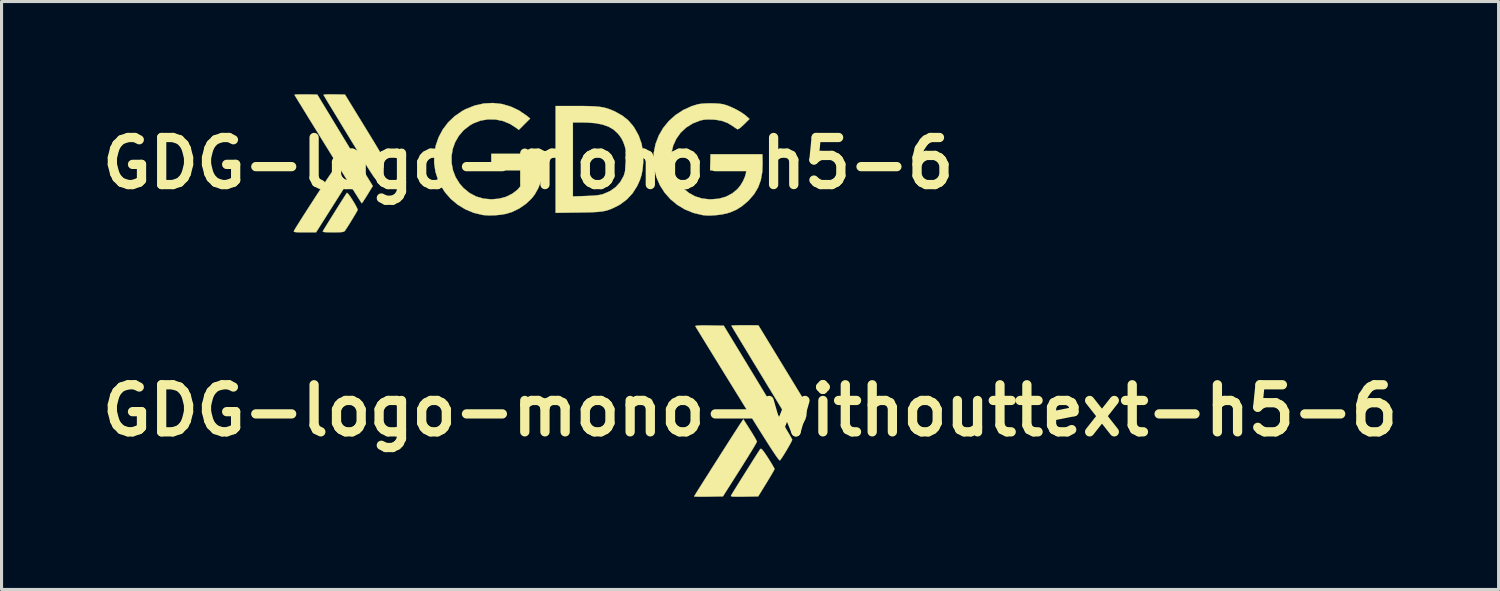
<source format=kicad_pcb>
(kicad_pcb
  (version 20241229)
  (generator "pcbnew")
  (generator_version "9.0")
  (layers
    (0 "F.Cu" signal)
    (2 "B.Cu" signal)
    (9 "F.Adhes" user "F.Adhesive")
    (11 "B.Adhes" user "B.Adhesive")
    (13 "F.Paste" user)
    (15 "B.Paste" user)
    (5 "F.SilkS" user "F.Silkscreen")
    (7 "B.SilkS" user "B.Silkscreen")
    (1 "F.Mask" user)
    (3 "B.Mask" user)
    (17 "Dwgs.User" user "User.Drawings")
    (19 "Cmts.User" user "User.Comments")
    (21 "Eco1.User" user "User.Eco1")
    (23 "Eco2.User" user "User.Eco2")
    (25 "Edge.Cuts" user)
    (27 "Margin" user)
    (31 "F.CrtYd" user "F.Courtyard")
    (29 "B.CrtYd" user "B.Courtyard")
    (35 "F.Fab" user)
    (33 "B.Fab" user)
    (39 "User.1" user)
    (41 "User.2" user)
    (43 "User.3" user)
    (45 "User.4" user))
  (footprint "GDG-logo-mono-h5-6"
    (layer "F.Cu")
    (at 14.05 2.236)
    (property "Reference" "GDG-logo-mono-h5-6" (at 0 0 0) (layer "F.SilkS") (effects (font (size 1.524 1.524) (thickness 0.3))))
    (attr through_hole)
    (fp_poly (pts (xy -6.292 0.26) (xy -6.25 0.318) (xy -6.192 0.402) (xy -6.126 0.503) (xy -6.119 0.513) (xy -5.947 0.783) (xy -6.407 1.509) (xy -6.867 2.235) (xy -7.234 2.235) (xy -7.378 2.235) (xy -7.478 2.232) (xy -7.542 2.227) (xy -7.576 2.219) (xy -7.587 2.207) (xy -7.585 2.197) (xy -7.566 2.16) (xy -7.523 2.087) (xy -7.459 1.985) (xy -7.379 1.857) (xy -7.285 1.709) (xy -7.181 1.547) (xy -7.07 1.374) (xy -6.956 1.198) (xy -6.842 1.021) (xy -6.73 0.851) (xy -6.626 0.691) (xy -6.531 0.548) (xy -6.449 0.425) (xy -6.383 0.33) (xy -6.338 0.265) (xy -6.316 0.237) (xy -6.314 0.236) (xy -6.292 0.26)) (stroke (width 0.01) (type solid)) (fill yes) (layer "F.SilkS"))
    (fp_poly (pts (xy -7.201 -2.23) (xy -6.827 -2.223) (xy -5.93 -0.743) (xy -5.032 0.736) (xy -5.202 1.015) (xy -5.267 1.119) (xy -5.323 1.206) (xy -5.364 1.267) (xy -5.385 1.294) (xy -5.386 1.294) (xy -5.402 1.273) (xy -5.442 1.212) (xy -5.504 1.115) (xy -5.587 0.983) (xy -5.689 0.822) (xy -5.807 0.633) (xy -5.94 0.42) (xy -6.085 0.186) (xy -6.241 -0.065) (xy -6.405 -0.33) (xy -6.479 -0.449) (xy -6.646 -0.72) (xy -6.806 -0.979) (xy -6.955 -1.222) (xy -7.094 -1.446) (xy -7.218 -1.648) (xy -7.326 -1.824) (xy -7.417 -1.972) (xy -7.488 -2.088) (xy -7.537 -2.168) (xy -7.562 -2.21) (xy -7.565 -2.215) (xy -7.544 -2.222) (xy -7.482 -2.227) (xy -7.385 -2.23) (xy -7.263 -2.23) (xy -7.201 -2.23)) (stroke (width 0.01) (type solid)) (fill yes) (layer "F.SilkS"))
    (fp_poly (pts (xy -5.847 0.968) (xy -5.809 1.013) (xy -5.757 1.084) (xy -5.7 1.172) (xy -5.642 1.265) (xy -5.589 1.356) (xy -5.548 1.435) (xy -5.524 1.491) (xy -5.522 1.513) (xy -5.542 1.553) (xy -5.584 1.626) (xy -5.641 1.722) (xy -5.706 1.829) (xy -5.773 1.939) (xy -5.837 2.04) (xy -5.891 2.124) (xy -5.928 2.178) (xy -5.938 2.191) (xy -5.96 2.209) (xy -5.996 2.222) (xy -6.053 2.229) (xy -6.141 2.234) (xy -6.267 2.235) (xy -6.319 2.235) (xy -6.462 2.234) (xy -6.56 2.23) (xy -6.62 2.224) (xy -6.646 2.213) (xy -6.648 2.203) (xy -6.632 2.174) (xy -6.593 2.109) (xy -6.535 2.015) (xy -6.463 1.898) (xy -6.38 1.766) (xy -6.292 1.624) (xy -6.202 1.481) (xy -6.115 1.342) (xy -6.035 1.215) (xy -5.965 1.106) (xy -5.912 1.022) (xy -5.877 0.971) (xy -5.868 0.957) (xy -5.847 0.968)) (stroke (width 0.01) (type solid)) (fill yes) (layer "F.SilkS"))
    (fp_poly (pts (xy -6.312 -2.23) (xy -6.283 -2.23) (xy -5.931 -2.223) (xy -5.557 -1.613) (xy -5.382 -1.328) (xy -5.232 -1.083) (xy -5.104 -0.874) (xy -4.997 -0.699) (xy -4.91 -0.554) (xy -4.839 -0.435) (xy -4.784 -0.34) (xy -4.742 -0.264) (xy -4.712 -0.205) (xy -4.692 -0.159) (xy -4.679 -0.122) (xy -4.673 -0.092) (xy -4.67 -0.065) (xy -4.67 -0.038) (xy -4.67 -0.014) (xy -4.674 0.071) (xy -4.691 0.142) (xy -4.726 0.22) (xy -4.771 0.3) (xy -4.825 0.388) (xy -4.872 0.463) (xy -4.904 0.511) (xy -4.907 0.514) (xy -4.916 0.52) (xy -4.93 0.514) (xy -4.95 0.495) (xy -4.979 0.46) (xy -5.019 0.405) (xy -5.071 0.327) (xy -5.138 0.224) (xy -5.221 0.092) (xy -5.322 -0.07) (xy -5.443 -0.267) (xy -5.587 -0.502) (xy -5.754 -0.776) (xy -5.779 -0.816) (xy -5.925 -1.056) (xy -6.064 -1.284) (xy -6.192 -1.496) (xy -6.308 -1.687) (xy -6.41 -1.855) (xy -6.495 -1.994) (xy -6.56 -2.103) (xy -6.604 -2.177) (xy -6.624 -2.211) (xy -6.625 -2.214) (xy -6.605 -2.222) (xy -6.541 -2.228) (xy -6.441 -2.231) (xy -6.312 -2.23)) (stroke (width 0.01) (type solid)) (fill yes) (layer "F.SilkS"))
    (fp_poly (pts (xy 1.799 -1.853) (xy 2.005 -1.849) (xy 2.176 -1.84) (xy 2.319 -1.827) (xy 2.442 -1.806) (xy 2.552 -1.778) (xy 2.658 -1.741) (xy 2.767 -1.695) (xy 2.832 -1.664) (xy 3.051 -1.54) (xy 3.232 -1.397) (xy 3.383 -1.226) (xy 3.438 -1.148) (xy 3.578 -0.898) (xy 3.672 -0.633) (xy 3.721 -0.351) (xy 3.726 -0.046) (xy 3.725 -0.026) (xy 3.706 0.188) (xy 3.672 0.371) (xy 3.618 0.54) (xy 3.541 0.713) (xy 3.523 0.747) (xy 3.379 0.973) (xy 3.197 1.169) (xy 2.984 1.329) (xy 2.865 1.395) (xy 2.758 1.446) (xy 2.665 1.487) (xy 2.576 1.519) (xy 2.485 1.543) (xy 2.384 1.561) (xy 2.265 1.574) (xy 2.122 1.582) (xy 1.945 1.588) (xy 1.729 1.592) (xy 1.619 1.594) (xy 0.889 1.604) (xy 0.889 -1.321) (xy 1.448 -1.321) (xy 1.448 1.074) (xy 1.861 1.06) (xy 2.043 1.052) (xy 2.185 1.042) (xy 2.296 1.028) (xy 2.387 1.009) (xy 2.432 0.996) (xy 2.65 0.902) (xy 2.833 0.773) (xy 2.981 0.61) (xy 3.089 0.416) (xy 3.101 0.387) (xy 3.136 0.261) (xy 3.16 0.101) (xy 3.173 -0.076) (xy 3.173 -0.252) (xy 3.16 -0.411) (xy 3.138 -0.522) (xy 3.083 -0.681) (xy 3.019 -0.81) (xy 2.933 -0.929) (xy 2.9 -0.967) (xy 2.766 -1.09) (xy 2.603 -1.185) (xy 2.406 -1.254) (xy 2.173 -1.299) (xy 1.899 -1.319) (xy 1.779 -1.321) (xy 1.448 -1.321) (xy 0.889 -1.321) (xy 0.889 -1.854) (xy 1.55 -1.854) (xy 1.799 -1.853)) (stroke (width 0.01) (type solid)) (fill yes) (layer "F.SilkS"))
    (fp_poly (pts (xy -0.853 -1.919) (xy -0.57 -1.838) (xy -0.297 -1.709) (xy -0.039 -1.533) (xy -0.013 -1.511) (xy 0.064 -1.448) (xy -0.12 -1.265) (xy -0.303 -1.081) (xy -0.374 -1.137) (xy -0.587 -1.275) (xy -0.817 -1.369) (xy -1.057 -1.418) (xy -1.3 -1.422) (xy -1.54 -1.382) (xy -1.769 -1.295) (xy -1.894 -1.224) (xy -2.09 -1.07) (xy -2.246 -0.887) (xy -2.364 -0.683) (xy -2.443 -0.463) (xy -2.481 -0.234) (xy -2.478 -0.001) (xy -2.434 0.23) (xy -2.348 0.452) (xy -2.219 0.659) (xy -2.096 0.8) (xy -1.899 0.962) (xy -1.683 1.077) (xy -1.447 1.145) (xy -1.193 1.168) (xy -0.944 1.147) (xy -0.716 1.086) (xy -0.514 0.986) (xy -0.341 0.853) (xy -0.203 0.688) (xy -0.102 0.494) (xy -0.054 0.337) (xy -0.031 0.229) (xy -1.194 0.229) (xy -1.194 -0.305) (xy 0.479 -0.305) (xy 0.497 -0.162) (xy 0.506 0.075) (xy 0.478 0.323) (xy 0.418 0.569) (xy 0.329 0.802) (xy 0.214 1.009) (xy 0.113 1.139) (xy -0.075 1.316) (xy -0.292 1.465) (xy -0.524 1.577) (xy -0.716 1.637) (xy -0.89 1.667) (xy -1.084 1.684) (xy -1.277 1.688) (xy -1.446 1.677) (xy -1.473 1.673) (xy -1.759 1.605) (xy -2.03 1.493) (xy -2.281 1.341) (xy -2.505 1.153) (xy -2.696 0.934) (xy -2.85 0.689) (xy -2.913 0.551) (xy -3.003 0.267) (xy -3.044 -0.02) (xy -3.039 -0.304) (xy -2.989 -0.582) (xy -2.896 -0.847) (xy -2.762 -1.096) (xy -2.59 -1.323) (xy -2.38 -1.523) (xy -2.135 -1.692) (xy -2.019 -1.754) (xy -1.73 -1.869) (xy -1.437 -1.935) (xy -1.143 -1.951) (xy -0.853 -1.919)) (stroke (width 0.01) (type solid)) (fill yes) (layer "F.SilkS"))
    (fp_poly (pts (xy 6.061 -1.937) (xy 6.207 -1.927) (xy 6.322 -1.909) (xy 6.325 -1.908) (xy 6.453 -1.868) (xy 6.602 -1.806) (xy 6.756 -1.73) (xy 6.898 -1.648) (xy 7.013 -1.569) (xy 7.044 -1.544) (xy 7.166 -1.435) (xy 6.989 -1.26) (xy 6.898 -1.175) (xy 6.828 -1.121) (xy 6.785 -1.1) (xy 6.778 -1.101) (xy 6.739 -1.124) (xy 6.676 -1.167) (xy 6.623 -1.205) (xy 6.457 -1.305) (xy 6.281 -1.371) (xy 6.08 -1.408) (xy 5.966 -1.416) (xy 5.814 -1.419) (xy 5.694 -1.411) (xy 5.588 -1.389) (xy 5.572 -1.385) (xy 5.329 -1.29) (xy 5.116 -1.157) (xy 4.937 -0.99) (xy 4.796 -0.793) (xy 4.694 -0.569) (xy 4.636 -0.324) (xy 4.623 -0.129) (xy 4.642 0.121) (xy 4.7 0.343) (xy 4.802 0.546) (xy 4.95 0.736) (xy 5.001 0.79) (xy 5.194 0.954) (xy 5.399 1.069) (xy 5.622 1.14) (xy 5.87 1.168) (xy 5.918 1.168) (xy 6.174 1.147) (xy 6.403 1.083) (xy 6.608 0.975) (xy 6.77 0.842) (xy 6.87 0.722) (xy 6.958 0.576) (xy 7.023 0.423) (xy 7.05 0.324) (xy 7.067 0.229) (xy 5.891 0.229) (xy 5.905 -0.292) (xy 7.582 -0.292) (xy 7.589 -0.013) (xy 7.579 0.282) (xy 7.532 0.545) (xy 7.445 0.782) (xy 7.316 0.998) (xy 7.145 1.196) (xy 7.119 1.222) (xy 6.931 1.382) (xy 6.742 1.502) (xy 6.538 1.59) (xy 6.432 1.622) (xy 6.284 1.654) (xy 6.113 1.677) (xy 5.935 1.689) (xy 5.771 1.689) (xy 5.651 1.678) (xy 5.352 1.607) (xy 5.076 1.495) (xy 4.827 1.345) (xy 4.607 1.163) (xy 4.419 0.951) (xy 4.267 0.713) (xy 4.154 0.454) (xy 4.083 0.178) (xy 4.056 -0.112) (xy 4.067 -0.335) (xy 4.124 -0.622) (xy 4.227 -0.893) (xy 4.371 -1.142) (xy 4.554 -1.366) (xy 4.771 -1.561) (xy 5.019 -1.723) (xy 5.295 -1.848) (xy 5.488 -1.908) (xy 5.597 -1.926) (xy 5.739 -1.937) (xy 5.9 -1.941) (xy 6.061 -1.937)) (stroke (width 0.01) (type solid)) (fill yes) (layer "F.SilkS")))
  (footprint "GDG-logo-mono-withouttext-h5-6"
    (layer "F.Cu")
    (at 21.234 10.242)
    (property "Reference" "GDG-logo-mono-withouttext-h5-6" (at 0 0 0) (layer "F.SilkS") (effects (font (size 1.524 1.524) (thickness 0.3))))
    (attr through_hole)
    (fp_poly (pts (xy 0.391 1.264) (xy 0.443 1.328) (xy 0.518 1.437) (xy 0.582 1.535) (xy 0.663 1.663) (xy 0.729 1.773) (xy 0.775 1.853) (xy 0.793 1.892) (xy 0.793 1.893) (xy 0.776 1.928) (xy 0.732 2.008) (xy 0.666 2.121) (xy 0.583 2.259) (xy 0.528 2.349) (xy 0.264 2.778) (xy -0.188 2.787) (xy -0.37 2.789) (xy -0.497 2.788) (xy -0.575 2.783) (xy -0.613 2.772) (xy -0.618 2.756) (xy -0.617 2.755) (xy -0.583 2.698) (xy -0.523 2.6) (xy -0.442 2.469) (xy -0.346 2.314) (xy -0.239 2.144) (xy -0.128 1.967) (xy -0.018 1.792) (xy 0.086 1.628) (xy 0.178 1.482) (xy 0.254 1.364) (xy 0.307 1.282) (xy 0.332 1.246) (xy 0.333 1.245) (xy 0.356 1.238) (xy 0.391 1.264)) (stroke (width 0.01) (type solid)) (fill yes) (layer "F.SilkS"))
    (fp_poly (pts (xy 0.002 0.626) (xy 0.085 0.758) (xy 0.153 0.873) (xy 0.201 0.959) (xy 0.221 1.004) (xy 0.222 1.006) (xy 0.205 1.042) (xy 0.159 1.124) (xy 0.086 1.246) (xy -0.009 1.401) (xy -0.122 1.584) (xy -0.249 1.786) (xy -0.328 1.911) (xy -0.878 2.778) (xy -1.344 2.787) (xy -1.508 2.789) (xy -1.646 2.789) (xy -1.749 2.786) (xy -1.803 2.782) (xy -1.81 2.779) (xy -1.793 2.751) (xy -1.747 2.675) (xy -1.674 2.559) (xy -1.58 2.409) (xy -1.468 2.232) (xy -1.343 2.035) (xy -1.209 1.823) (xy -1.069 1.604) (xy -0.929 1.383) (xy -0.792 1.169) (xy -0.663 0.966) (xy -0.545 0.782) (xy -0.443 0.624) (xy -0.361 0.497) (xy -0.303 0.409) (xy -0.278 0.372) (xy -0.216 0.283) (xy 0.002 0.626)) (stroke (width 0.01) (type solid)) (fill yes) (layer "F.SilkS"))
    (fp_poly (pts (xy -0.167 -2.761) (xy 0.27 -2.759) (xy 1.048 -1.483) (xy 1.826 -0.206) (xy 1.825 0.016) (xy 1.823 0.13) (xy 1.81 0.216) (xy 1.781 0.296) (xy 1.728 0.393) (xy 1.682 0.467) (xy 1.615 0.572) (xy 1.559 0.651) (xy 1.523 0.694) (xy 1.517 0.698) (xy 1.484 0.675) (xy 1.448 0.627) (xy 1.411 0.568) (xy 1.346 0.463) (xy 1.258 0.319) (xy 1.149 0.141) (xy 1.023 -0.064) (xy 0.884 -0.293) (xy 0.734 -0.538) (xy 0.578 -0.794) (xy 0.419 -1.056) (xy 0.26 -1.318) (xy 0.104 -1.574) (xy -0.044 -1.819) (xy -0.182 -2.047) (xy -0.307 -2.253) (xy -0.414 -2.43) (xy -0.5 -2.573) (xy -0.562 -2.677) (xy -0.597 -2.736) (xy -0.603 -2.748) (xy -0.573 -2.753) (xy -0.492 -2.757) (xy -0.369 -2.76) (xy -0.218 -2.761) (xy -0.167 -2.761)) (stroke (width 0.01) (type solid)) (fill yes) (layer "F.SilkS"))
    (fp_poly (pts (xy -1.318 -2.755) (xy -0.851 -2.746) (xy 0.257 -0.921) (xy 0.445 -0.61) (xy 0.623 -0.315) (xy 0.788 -0.04) (xy 0.938 0.21) (xy 1.07 0.431) (xy 1.18 0.619) (xy 1.268 0.768) (xy 1.329 0.875) (xy 1.361 0.934) (xy 1.365 0.945) (xy 1.349 0.985) (xy 1.307 1.066) (xy 1.248 1.172) (xy 1.178 1.292) (xy 1.106 1.41) (xy 1.041 1.513) (xy 0.989 1.588) (xy 0.969 1.613) (xy 0.956 1.61) (xy 0.93 1.584) (xy 0.888 1.531) (xy 0.83 1.449) (xy 0.753 1.335) (xy 0.656 1.187) (xy 0.537 1) (xy 0.393 0.773) (xy 0.224 0.503) (xy 0.027 0.186) (xy -0.2 -0.179) (xy -0.415 -0.527) (xy -0.624 -0.866) (xy -0.824 -1.19) (xy -1.011 -1.493) (xy -1.184 -1.774) (xy -1.339 -2.026) (xy -1.475 -2.247) (xy -1.588 -2.431) (xy -1.676 -2.576) (xy -1.738 -2.677) (xy -1.769 -2.729) (xy -1.773 -2.736) (xy -1.747 -2.745) (xy -1.668 -2.752) (xy -1.547 -2.756) (xy -1.394 -2.756) (xy -1.318 -2.755)) (stroke (width 0.01) (type solid)) (fill yes) (layer "F.SilkS")))
  (gr_rect
    (start -3 -3)
    (end 45.469 16.036)
    (stroke (width 0.1) (type default))
    (fill no)
    (layer "Edge.Cuts")))
</source>
